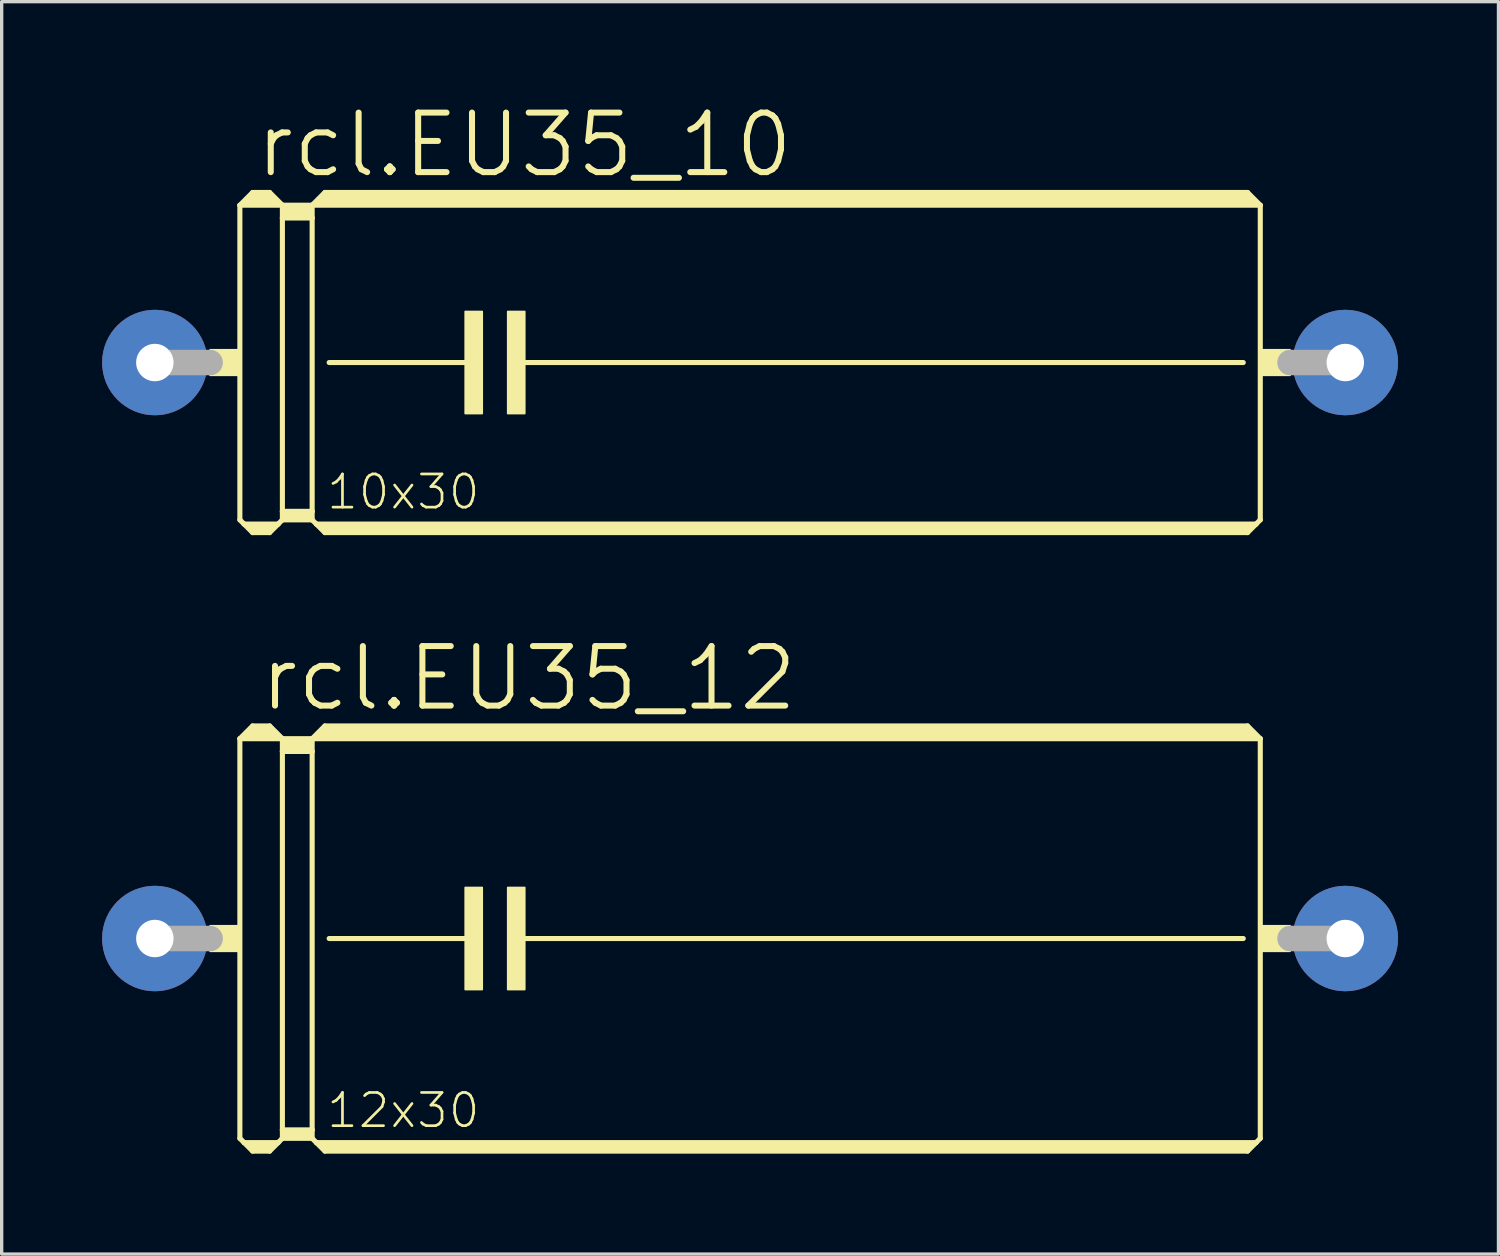
<source format=kicad_pcb>
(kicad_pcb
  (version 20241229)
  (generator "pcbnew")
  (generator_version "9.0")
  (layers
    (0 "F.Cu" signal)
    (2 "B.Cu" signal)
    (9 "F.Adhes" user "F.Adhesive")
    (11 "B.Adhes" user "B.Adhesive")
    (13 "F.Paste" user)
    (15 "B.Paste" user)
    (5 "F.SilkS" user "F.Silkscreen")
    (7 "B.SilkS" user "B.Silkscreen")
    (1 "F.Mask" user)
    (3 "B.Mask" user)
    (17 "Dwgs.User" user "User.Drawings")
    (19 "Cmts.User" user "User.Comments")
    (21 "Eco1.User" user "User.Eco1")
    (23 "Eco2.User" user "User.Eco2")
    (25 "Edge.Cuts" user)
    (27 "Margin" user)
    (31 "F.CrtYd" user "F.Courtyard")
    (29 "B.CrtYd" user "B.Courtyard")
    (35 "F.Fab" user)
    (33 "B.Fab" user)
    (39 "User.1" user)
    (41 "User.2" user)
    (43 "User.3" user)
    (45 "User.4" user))
  (footprint "rcl.EU35_10"
    (layer "F.Cu")
    (at 19.355 7.779)
    (property "Reference" "rcl.EU35_10" (at -14.859 -5.461 0) (layer "F.SilkS") (effects (font (size 1.778 1.778) (thickness 0.18)) (justify left bottom)))
    (attr through_hole)
    (fp_line (start -15.24 -4.699) (end -15.24 4.699) (stroke (width 0.152) (type default)) (layer "F.SilkS"))
    (fp_line (start -15.24 -4.699) (end -14.859 -5.08) (stroke (width 0.152) (type default)) (layer "F.SilkS"))
    (fp_line (start -15.24 -4.699) (end -13.97 -4.699) (stroke (width 0.152) (type default)) (layer "F.SilkS"))
    (fp_line (start -15.24 4.699) (end -15.113 4.826) (stroke (width 0.152) (type default)) (layer "F.SilkS"))
    (fp_line (start -15.113 4.826) (end -14.859 5.08) (stroke (width 0.152) (type default)) (layer "F.SilkS"))
    (fp_line (start -15.113 4.826) (end -14.097 4.826) (stroke (width 0.152) (type default)) (layer "F.SilkS"))
    (fp_line (start -14.986 -4.826) (end -14.224 -4.826) (stroke (width 0.305) (type default)) (layer "F.SilkS"))
    (fp_line (start -14.859 -5.08) (end -14.351 -5.08) (stroke (width 0.152) (type default)) (layer "F.SilkS"))
    (fp_line (start -14.859 -4.953) (end -14.351 -4.953) (stroke (width 0.305) (type default)) (layer "F.SilkS"))
    (fp_line (start -14.859 4.953) (end -14.351 4.953) (stroke (width 0.254) (type default)) (layer "F.SilkS"))
    (fp_line (start -14.859 5.08) (end -14.351 5.08) (stroke (width 0.152) (type default)) (layer "F.SilkS"))
    (fp_line (start -14.097 4.826) (end -14.351 5.08) (stroke (width 0.152) (type default)) (layer "F.SilkS"))
    (fp_line (start -13.97 -4.699) (end -14.351 -5.08) (stroke (width 0.152) (type default)) (layer "F.SilkS"))
    (fp_line (start -13.97 -4.699) (end -13.97 -4.318) (stroke (width 0.152) (type default)) (layer "F.SilkS"))
    (fp_line (start -13.97 -4.699) (end -13.081 -4.699) (stroke (width 0.152) (type default)) (layer "F.SilkS"))
    (fp_line (start -13.97 -4.318) (end -13.081 -4.318) (stroke (width 0.152) (type default)) (layer "F.SilkS"))
    (fp_line (start -13.97 4.445) (end -13.97 -4.318) (stroke (width 0.152) (type default)) (layer "F.SilkS"))
    (fp_line (start -13.97 4.445) (end -13.081 4.445) (stroke (width 0.152) (type default)) (layer "F.SilkS"))
    (fp_line (start -13.97 4.699) (end -14.097 4.826) (stroke (width 0.152) (type default)) (layer "F.SilkS"))
    (fp_line (start -13.97 4.699) (end -13.97 4.445) (stroke (width 0.152) (type default)) (layer "F.SilkS"))
    (fp_line (start -13.97 4.699) (end -13.081 4.699) (stroke (width 0.152) (type default)) (layer "F.SilkS"))
    (fp_line (start -13.843 -4.572) (end -13.208 -4.572) (stroke (width 0.305) (type default)) (layer "F.SilkS"))
    (fp_line (start -13.843 -4.445) (end -13.208 -4.445) (stroke (width 0.305) (type default)) (layer "F.SilkS"))
    (fp_line (start -13.843 4.572) (end -13.208 4.572) (stroke (width 0.254) (type default)) (layer "F.SilkS"))
    (fp_line (start -13.081 -4.699) (end -13.081 -4.318) (stroke (width 0.152) (type default)) (layer "F.SilkS"))
    (fp_line (start -13.081 -4.699) (end 15.24 -4.699) (stroke (width 0.152) (type default)) (layer "F.SilkS"))
    (fp_line (start -13.081 -4.318) (end -13.081 4.445) (stroke (width 0.152) (type default)) (layer "F.SilkS"))
    (fp_line (start -13.081 4.445) (end -13.081 4.699) (stroke (width 0.152) (type default)) (layer "F.SilkS"))
    (fp_line (start -12.954 4.826) (end -13.081 4.699) (stroke (width 0.152) (type default)) (layer "F.SilkS"))
    (fp_line (start -12.954 4.826) (end 15.113 4.826) (stroke (width 0.152) (type default)) (layer "F.SilkS"))
    (fp_line (start -12.827 -4.826) (end 14.986 -4.826) (stroke (width 0.305) (type default)) (layer "F.SilkS"))
    (fp_line (start -12.7 -5.08) (end -13.081 -4.699) (stroke (width 0.152) (type default)) (layer "F.SilkS"))
    (fp_line (start -12.7 -5.08) (end 14.859 -5.08) (stroke (width 0.152) (type default)) (layer "F.SilkS"))
    (fp_line (start -12.7 -4.953) (end 14.859 -4.953) (stroke (width 0.305) (type default)) (layer "F.SilkS"))
    (fp_line (start -12.7 4.953) (end 14.859 4.953) (stroke (width 0.254) (type default)) (layer "F.SilkS"))
    (fp_line (start -12.7 5.08) (end -12.954 4.826) (stroke (width 0.152) (type default)) (layer "F.SilkS"))
    (fp_line (start -12.7 5.08) (end 14.859 5.08) (stroke (width 0.152) (type default)) (layer "F.SilkS"))
    (fp_line (start -12.573 0) (end -8.255 0) (stroke (width 0.152) (type default)) (layer "F.SilkS"))
    (fp_line (start -6.858 0) (end 14.732 0) (stroke (width 0.152) (type default)) (layer "F.SilkS"))
    (fp_line (start 14.859 -5.08) (end 15.24 -4.699) (stroke (width 0.152) (type default)) (layer "F.SilkS"))
    (fp_line (start 14.859 5.08) (end 15.113 4.826) (stroke (width 0.152) (type default)) (layer "F.SilkS"))
    (fp_line (start 15.113 4.826) (end 15.24 4.699) (stroke (width 0.152) (type default)) (layer "F.SilkS"))
    (fp_line (start 15.24 -4.699) (end 15.24 4.699) (stroke (width 0.152) (type default)) (layer "F.SilkS"))
    (fp_rect (start -16.129 0.381) (end -15.24 -0.381) (stroke (width 0.05) (type default)) (fill yes) (layer "F.SilkS"))
    (fp_rect (start -8.509 1.524) (end -8.001 -1.524) (stroke (width 0.05) (type default)) (fill yes) (layer "F.SilkS"))
    (fp_rect (start -7.239 1.524) (end -6.731 -1.524) (stroke (width 0.05) (type default)) (fill yes) (layer "F.SilkS"))
    (fp_rect (start 15.24 0.381) (end 16.129 -0.381) (stroke (width 0.05) (type default)) (fill yes) (layer "F.SilkS"))
    (fp_line (start -17.78 0) (end -16.129 0) (stroke (width 0.762) (type default)) (layer "F.Fab"))
    (fp_line (start 17.78 0) (end 16.129 0) (stroke (width 0.762) (type default)) (layer "F.Fab"))
    (fp_text user "10x30" (at -12.7 4.445 0) (layer "F.SilkS") (effects (font (size 0.991 0.991) (thickness 0.08)) (justify left bottom)))
    (pad "1" thru_hole circle (at -17.78 0) (size 3.15 3.15) (drill 1.118) (layers "*.Cu" "*.Mask"))
    (pad "2" thru_hole circle (at 17.78 0) (size 3.15 3.15) (drill 1.118) (layers "*.Cu" "*.Mask")))
  (footprint "rcl.EU35_12"
    (layer "F.Cu")
    (at 19.355 24.984)
    (property "Reference" "rcl.EU35_12" (at -14.732 -6.731 0) (layer "F.SilkS") (effects (font (size 1.778 1.778) (thickness 0.18)) (justify left bottom)))
    (attr through_hole)
    (fp_line (start -15.24 -5.969) (end -15.24 5.969) (stroke (width 0.152) (type default)) (layer "F.SilkS"))
    (fp_line (start -15.24 -5.969) (end -14.859 -6.35) (stroke (width 0.152) (type default)) (layer "F.SilkS"))
    (fp_line (start -15.24 -5.969) (end -13.97 -5.969) (stroke (width 0.152) (type default)) (layer "F.SilkS"))
    (fp_line (start -15.24 5.969) (end -15.113 6.096) (stroke (width 0.152) (type default)) (layer "F.SilkS"))
    (fp_line (start -15.113 6.096) (end -14.859 6.35) (stroke (width 0.152) (type default)) (layer "F.SilkS"))
    (fp_line (start -15.113 6.096) (end -14.097 6.096) (stroke (width 0.152) (type default)) (layer "F.SilkS"))
    (fp_line (start -14.986 -6.096) (end -14.224 -6.096) (stroke (width 0.305) (type default)) (layer "F.SilkS"))
    (fp_line (start -14.859 -6.35) (end -14.351 -6.35) (stroke (width 0.152) (type default)) (layer "F.SilkS"))
    (fp_line (start -14.859 -6.223) (end -14.351 -6.223) (stroke (width 0.305) (type default)) (layer "F.SilkS"))
    (fp_line (start -14.859 6.223) (end -14.351 6.223) (stroke (width 0.254) (type default)) (layer "F.SilkS"))
    (fp_line (start -14.859 6.35) (end -14.351 6.35) (stroke (width 0.152) (type default)) (layer "F.SilkS"))
    (fp_line (start -14.097 6.096) (end -14.351 6.35) (stroke (width 0.152) (type default)) (layer "F.SilkS"))
    (fp_line (start -13.97 -5.969) (end -14.351 -6.35) (stroke (width 0.152) (type default)) (layer "F.SilkS"))
    (fp_line (start -13.97 -5.969) (end -13.97 -5.588) (stroke (width 0.152) (type default)) (layer "F.SilkS"))
    (fp_line (start -13.97 -5.969) (end -13.081 -5.969) (stroke (width 0.152) (type default)) (layer "F.SilkS"))
    (fp_line (start -13.97 -5.588) (end -13.081 -5.588) (stroke (width 0.152) (type default)) (layer "F.SilkS"))
    (fp_line (start -13.97 5.715) (end -13.97 -5.588) (stroke (width 0.152) (type default)) (layer "F.SilkS"))
    (fp_line (start -13.97 5.715) (end -13.081 5.715) (stroke (width 0.152) (type default)) (layer "F.SilkS"))
    (fp_line (start -13.97 5.969) (end -14.097 6.096) (stroke (width 0.152) (type default)) (layer "F.SilkS"))
    (fp_line (start -13.97 5.969) (end -13.97 5.715) (stroke (width 0.152) (type default)) (layer "F.SilkS"))
    (fp_line (start -13.97 5.969) (end -13.081 5.969) (stroke (width 0.152) (type default)) (layer "F.SilkS"))
    (fp_line (start -13.843 -5.842) (end -13.208 -5.842) (stroke (width 0.305) (type default)) (layer "F.SilkS"))
    (fp_line (start -13.843 -5.715) (end -13.208 -5.715) (stroke (width 0.305) (type default)) (layer "F.SilkS"))
    (fp_line (start -13.843 5.842) (end -13.208 5.842) (stroke (width 0.254) (type default)) (layer "F.SilkS"))
    (fp_line (start -13.081 -5.969) (end -13.081 -5.588) (stroke (width 0.152) (type default)) (layer "F.SilkS"))
    (fp_line (start -13.081 -5.969) (end 15.24 -5.969) (stroke (width 0.152) (type default)) (layer "F.SilkS"))
    (fp_line (start -13.081 -5.588) (end -13.081 5.715) (stroke (width 0.152) (type default)) (layer "F.SilkS"))
    (fp_line (start -13.081 5.715) (end -13.081 5.969) (stroke (width 0.152) (type default)) (layer "F.SilkS"))
    (fp_line (start -12.954 6.096) (end -13.081 5.969) (stroke (width 0.152) (type default)) (layer "F.SilkS"))
    (fp_line (start -12.954 6.096) (end 15.113 6.096) (stroke (width 0.152) (type default)) (layer "F.SilkS"))
    (fp_line (start -12.827 -6.096) (end 14.986 -6.096) (stroke (width 0.305) (type default)) (layer "F.SilkS"))
    (fp_line (start -12.7 -6.35) (end -13.081 -5.969) (stroke (width 0.152) (type default)) (layer "F.SilkS"))
    (fp_line (start -12.7 -6.35) (end 14.859 -6.35) (stroke (width 0.152) (type default)) (layer "F.SilkS"))
    (fp_line (start -12.7 -6.223) (end 14.859 -6.223) (stroke (width 0.305) (type default)) (layer "F.SilkS"))
    (fp_line (start -12.7 6.223) (end 14.859 6.223) (stroke (width 0.254) (type default)) (layer "F.SilkS"))
    (fp_line (start -12.7 6.35) (end -12.954 6.096) (stroke (width 0.152) (type default)) (layer "F.SilkS"))
    (fp_line (start -12.7 6.35) (end 14.859 6.35) (stroke (width 0.152) (type default)) (layer "F.SilkS"))
    (fp_line (start -12.573 0) (end -8.255 0) (stroke (width 0.152) (type default)) (layer "F.SilkS"))
    (fp_line (start -6.858 0) (end 14.732 0) (stroke (width 0.152) (type default)) (layer "F.SilkS"))
    (fp_line (start 14.859 -6.35) (end 15.24 -5.969) (stroke (width 0.152) (type default)) (layer "F.SilkS"))
    (fp_line (start 14.859 6.35) (end 15.113 6.096) (stroke (width 0.152) (type default)) (layer "F.SilkS"))
    (fp_line (start 15.113 6.096) (end 15.24 5.969) (stroke (width 0.152) (type default)) (layer "F.SilkS"))
    (fp_line (start 15.24 -5.969) (end 15.24 5.969) (stroke (width 0.152) (type default)) (layer "F.SilkS"))
    (fp_rect (start -16.129 0.381) (end -15.24 -0.381) (stroke (width 0.05) (type default)) (fill yes) (layer "F.SilkS"))
    (fp_rect (start -8.509 1.524) (end -8.001 -1.524) (stroke (width 0.05) (type default)) (fill yes) (layer "F.SilkS"))
    (fp_rect (start -7.239 1.524) (end -6.731 -1.524) (stroke (width 0.05) (type default)) (fill yes) (layer "F.SilkS"))
    (fp_rect (start 15.24 0.381) (end 16.129 -0.381) (stroke (width 0.05) (type default)) (fill yes) (layer "F.SilkS"))
    (fp_line (start -17.78 0) (end -16.129 0) (stroke (width 0.762) (type default)) (layer "F.Fab"))
    (fp_line (start 17.78 0) (end 16.129 0) (stroke (width 0.762) (type default)) (layer "F.Fab"))
    (fp_text user "12x30" (at -12.7 5.715 0) (layer "F.SilkS") (effects (font (size 0.991 0.991) (thickness 0.08)) (justify left bottom)))
    (pad "1" thru_hole circle (at -17.78 0) (size 3.15 3.15) (drill 1.118) (layers "*.Cu" "*.Mask"))
    (pad "2" thru_hole circle (at 17.78 0) (size 3.15 3.15) (drill 1.118) (layers "*.Cu" "*.Mask")))
  (gr_rect
    (start -3 -3)
    (end 41.71 34.41)
    (stroke (width 0.1) (type default))
    (fill no)
    (layer "Edge.Cuts")))
</source>
